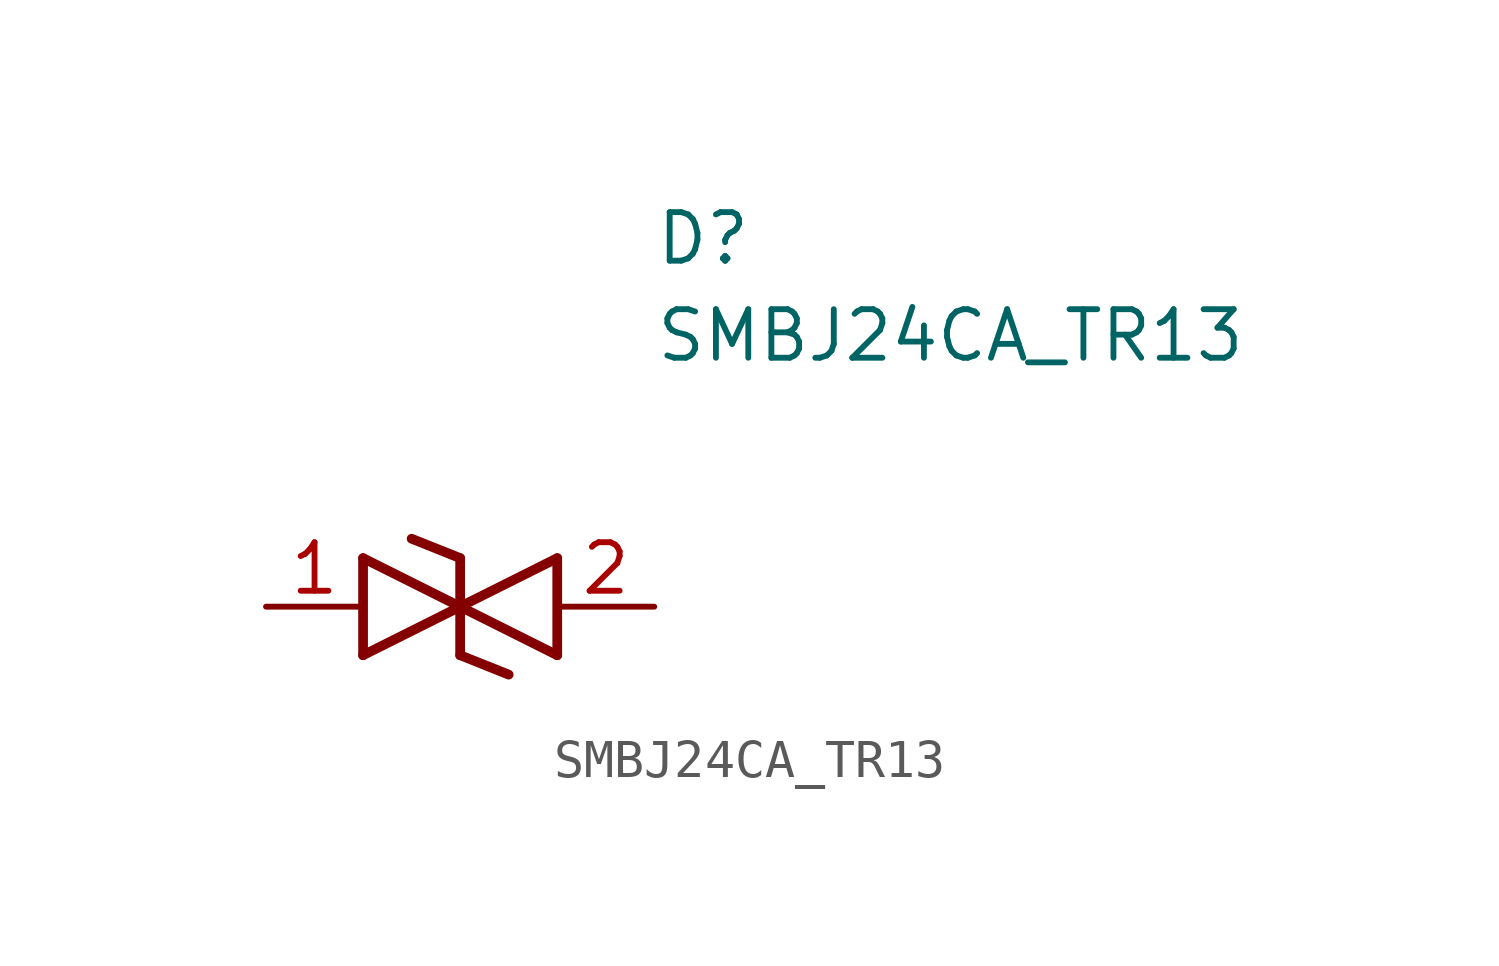
<source format=kicad_sym>
(kicad_symbol_lib
  (version 20241209)
  (generator "kicad_symbol_editor")
  (generator_version "9.0")
  (symbol "SMBJ24CA_TR13"
    (pin_names
      (hide yes))
    (property "Reference" "D"
      (at 12.7 8.89 0)
      (effects (font (size 1.27 1.27)) (justify left bottom)))
    (property "Value" "SMBJ24CA_TR13"
      (at 12.7 6.35 0)
      (effects (font (size 1.27 1.27)) (justify left bottom)))
    (symbol "SMBJ24CA_TR13_1_1"
      (polyline (pts (xy 5.08 1.27) (xy 5.08 -1.27)) (stroke (width 0.254) (type default)) (fill (type none)))
      (polyline (pts (xy 5.08 1.27) (xy 7.62 0)) (stroke (width 0.254) (type default)) (fill (type none)))
      (polyline (pts (xy 6.35 1.778) (xy 7.62 1.27)) (stroke (width 0.254) (type default)) (fill (type none)))
      (polyline (pts (xy 7.62 0) (xy 5.08 -1.27)) (stroke (width 0.254) (type default)) (fill (type none)))
      (polyline (pts (xy 7.62 0) (xy 10.16 -1.27)) (stroke (width 0.254) (type default)) (fill (type none)))
      (polyline (pts (xy 7.62 -1.27) (xy 7.62 1.27)) (stroke (width 0.254) (type default)) (fill (type none)))
      (polyline (pts (xy 7.62 -1.27) (xy 8.89 -1.778)) (stroke (width 0.254) (type default)) (fill (type none)))
      (polyline (pts (xy 10.16 1.27) (xy 7.62 0)) (stroke (width 0.254) (type default)) (fill (type none)))
      (polyline (pts (xy 10.16 1.27) (xy 10.16 -1.27)) (stroke (width 0.254) (type default)) (fill (type none)))
      (pin passive line (at 2.54 0 0) (length 2.54) (name "1" (effects (font (size 1.27 1.27)))) (number "1" (effects (font (size 1.27 1.27)))))
      (pin passive line (at 12.7 0 180) (length 2.54) (name "2" (effects (font (size 1.27 1.27)))) (number "2" (effects (font (size 1.27 1.27))))))))
</source>
